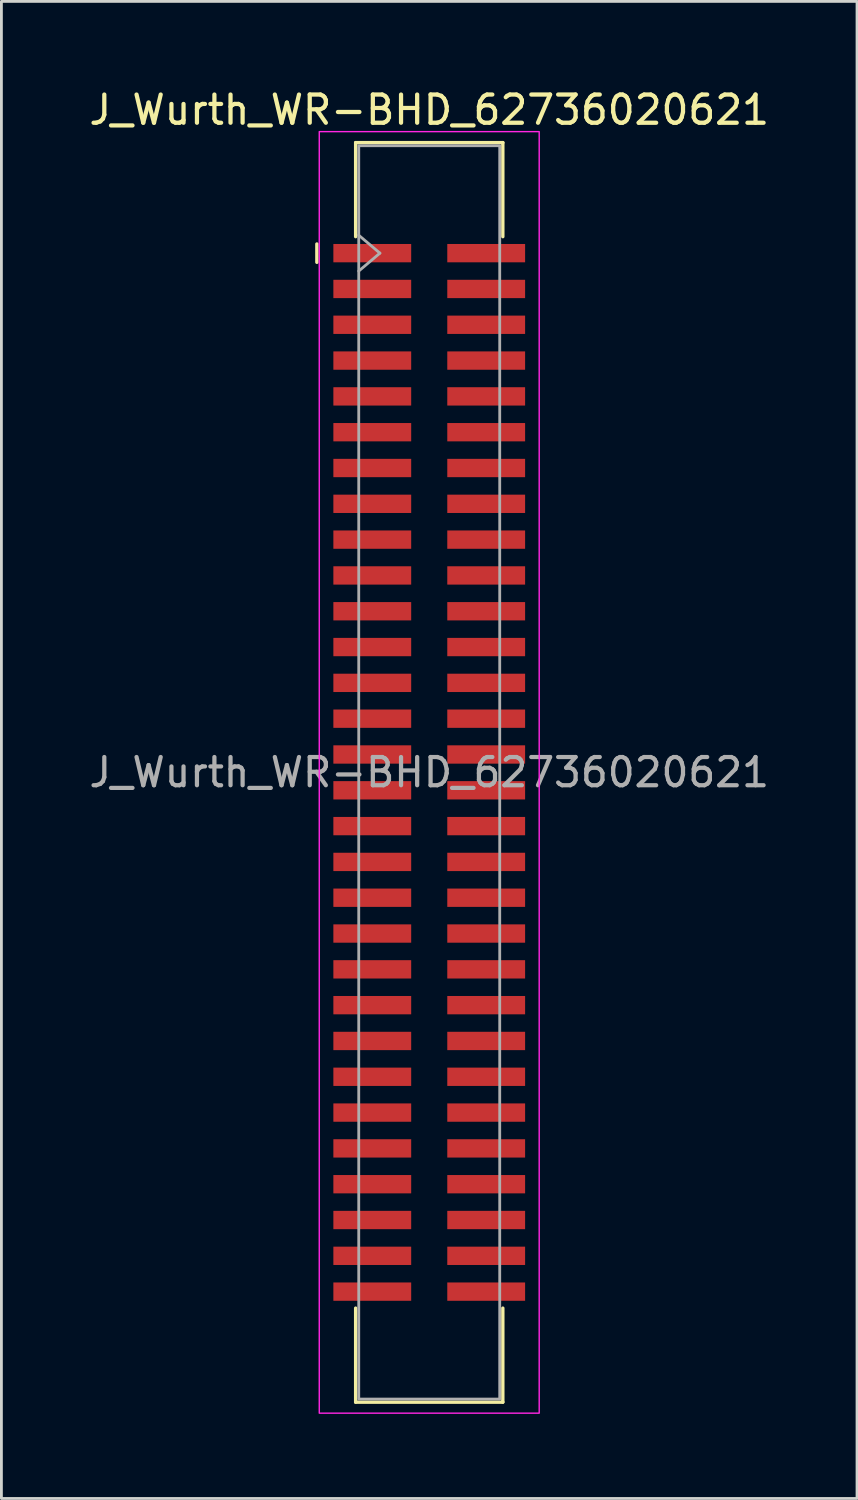
<source format=kicad_pcb>
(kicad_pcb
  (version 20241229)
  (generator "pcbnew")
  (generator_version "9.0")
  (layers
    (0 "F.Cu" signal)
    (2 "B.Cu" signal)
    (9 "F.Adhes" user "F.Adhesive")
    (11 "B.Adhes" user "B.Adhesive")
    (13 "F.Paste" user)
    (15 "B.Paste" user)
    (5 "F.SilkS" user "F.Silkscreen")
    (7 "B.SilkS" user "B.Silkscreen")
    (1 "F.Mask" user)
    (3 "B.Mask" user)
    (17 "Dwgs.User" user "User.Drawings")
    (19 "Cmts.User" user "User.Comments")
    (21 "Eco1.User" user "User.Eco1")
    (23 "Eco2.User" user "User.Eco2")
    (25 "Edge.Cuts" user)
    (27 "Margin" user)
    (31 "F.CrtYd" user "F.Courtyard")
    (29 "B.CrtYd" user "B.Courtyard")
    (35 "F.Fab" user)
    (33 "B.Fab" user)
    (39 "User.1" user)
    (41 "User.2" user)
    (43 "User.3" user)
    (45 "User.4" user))
  (footprint "J_Wurth_WR-BHD_62736020621"
    (layer "F.Cu")
    (at 12.173 24.343)
    (property "Reference" "J_Wurth_WR-BHD_62736020621" (at 0 -23.495 0) (unlocked yes) (layer "F.SilkS") (effects (font (size 1 1) (thickness 0.15))))
    (attr smd)
    (fp_line (start -3.985 -18.74) (end -3.985 -18.09) (stroke (width 0.12) (type solid)) (layer "F.SilkS"))
    (fp_line (start -2.61 -22.335) (end 2.61 -22.335) (stroke (width 0.12) (type default)) (layer "F.SilkS"))
    (fp_line (start -2.61 -19) (end -2.61 -22.335) (stroke (width 0.12) (type solid)) (layer "F.SilkS"))
    (fp_line (start -2.61 22.335) (end -2.61 19) (stroke (width 0.12) (type solid)) (layer "F.SilkS"))
    (fp_line (start 2.61 -19) (end 2.61 -22.335) (stroke (width 0.12) (type solid)) (layer "F.SilkS"))
    (fp_line (start 2.61 19) (end 2.61 22.335) (stroke (width 0.12) (type solid)) (layer "F.SilkS"))
    (fp_line (start 2.61 22.335) (end -2.61 22.335) (stroke (width 0.12) (type default)) (layer "F.SilkS"))
    (fp_rect (start -3.9 -22.725) (end 3.9 22.725) (stroke (width 0.05) (type solid)) (fill no) (layer "F.CrtYd"))
    (fp_line (start -1.75 -18.415) (end -2.5 -19.05) (stroke (width 0.1) (type solid)) (layer "F.Fab"))
    (fp_line (start -1.75 -18.415) (end -2.5 -17.78) (stroke (width 0.1) (type solid)) (layer "F.Fab"))
    (fp_rect (start -2.5 -22.225) (end 2.5 22.225) (stroke (width 0.1) (type solid)) (fill no) (layer "F.Fab"))
    (fp_text user "${REFERENCE}" (at 0 0 0) (unlocked yes) (layer "F.Fab") (effects (font (size 1 1) (thickness 0.15))))
    (pad "1" smd rect (at -2.02 -18.415 270) (size 0.65 2.76) (layers "F.Cu" "F.Mask" "F.Paste"))
    (pad "2" smd rect (at 2.02 -18.415 270) (size 0.65 2.76) (layers "F.Cu" "F.Mask" "F.Paste"))
    (pad "3" smd rect (at -2.02 -17.145 270) (size 0.65 2.76) (layers "F.Cu" "F.Mask" "F.Paste"))
    (pad "4" smd rect (at 2.02 -17.145 270) (size 0.65 2.76) (layers "F.Cu" "F.Mask" "F.Paste"))
    (pad "5" smd rect (at -2.02 -15.875 270) (size 0.65 2.76) (layers "F.Cu" "F.Mask" "F.Paste"))
    (pad "6" smd rect (at 2.02 -15.875 270) (size 0.65 2.76) (layers "F.Cu" "F.Mask" "F.Paste"))
    (pad "7" smd rect (at -2.02 -14.605 270) (size 0.65 2.76) (layers "F.Cu" "F.Mask" "F.Paste"))
    (pad "8" smd rect (at 2.02 -14.605 270) (size 0.65 2.76) (layers "F.Cu" "F.Mask" "F.Paste"))
    (pad "9" smd rect (at -2.02 -13.335 270) (size 0.65 2.76) (layers "F.Cu" "F.Mask" "F.Paste"))
    (pad "10" smd rect (at 2.02 -13.335 270) (size 0.65 2.76) (layers "F.Cu" "F.Mask" "F.Paste"))
    (pad "11" smd rect (at -2.02 -12.065 270) (size 0.65 2.76) (layers "F.Cu" "F.Mask" "F.Paste"))
    (pad "12" smd rect (at 2.02 -12.065 270) (size 0.65 2.76) (layers "F.Cu" "F.Mask" "F.Paste"))
    (pad "13" smd rect (at -2.02 -10.795 270) (size 0.65 2.76) (layers "F.Cu" "F.Mask" "F.Paste"))
    (pad "14" smd rect (at 2.02 -10.795 270) (size 0.65 2.76) (layers "F.Cu" "F.Mask" "F.Paste"))
    (pad "15" smd rect (at -2.02 -9.525 270) (size 0.65 2.76) (layers "F.Cu" "F.Mask" "F.Paste"))
    (pad "16" smd rect (at 2.02 -9.525 270) (size 0.65 2.76) (layers "F.Cu" "F.Mask" "F.Paste"))
    (pad "17" smd rect (at -2.02 -8.255 270) (size 0.65 2.76) (layers "F.Cu" "F.Mask" "F.Paste"))
    (pad "18" smd rect (at 2.02 -8.255 270) (size 0.65 2.76) (layers "F.Cu" "F.Mask" "F.Paste"))
    (pad "19" smd rect (at -2.02 -6.985 270) (size 0.65 2.76) (layers "F.Cu" "F.Mask" "F.Paste"))
    (pad "20" smd rect (at 2.02 -6.985 270) (size 0.65 2.76) (layers "F.Cu" "F.Mask" "F.Paste"))
    (pad "21" smd rect (at -2.02 -5.715 270) (size 0.65 2.76) (layers "F.Cu" "F.Mask" "F.Paste"))
    (pad "22" smd rect (at 2.02 -5.715 270) (size 0.65 2.76) (layers "F.Cu" "F.Mask" "F.Paste"))
    (pad "23" smd rect (at -2.02 -4.445 270) (size 0.65 2.76) (layers "F.Cu" "F.Mask" "F.Paste"))
    (pad "24" smd rect (at 2.02 -4.445 270) (size 0.65 2.76) (layers "F.Cu" "F.Mask" "F.Paste"))
    (pad "25" smd rect (at -2.02 -3.175 270) (size 0.65 2.76) (layers "F.Cu" "F.Mask" "F.Paste"))
    (pad "26" smd rect (at 2.02 -3.175 270) (size 0.65 2.76) (layers "F.Cu" "F.Mask" "F.Paste"))
    (pad "27" smd rect (at -2.02 -1.905 270) (size 0.65 2.76) (layers "F.Cu" "F.Mask" "F.Paste"))
    (pad "28" smd rect (at 2.02 -1.905 270) (size 0.65 2.76) (layers "F.Cu" "F.Mask" "F.Paste"))
    (pad "29" smd rect (at -2.02 -0.635 270) (size 0.65 2.76) (layers "F.Cu" "F.Mask" "F.Paste"))
    (pad "30" smd rect (at 2.02 -0.635 270) (size 0.65 2.76) (layers "F.Cu" "F.Mask" "F.Paste"))
    (pad "31" smd rect (at -2.02 0.635 270) (size 0.65 2.76) (layers "F.Cu" "F.Mask" "F.Paste"))
    (pad "32" smd rect (at 2.02 0.635 270) (size 0.65 2.76) (layers "F.Cu" "F.Mask" "F.Paste"))
    (pad "33" smd rect (at -2.02 1.905 270) (size 0.65 2.76) (layers "F.Cu" "F.Mask" "F.Paste"))
    (pad "34" smd rect (at 2.02 1.905 270) (size 0.65 2.76) (layers "F.Cu" "F.Mask" "F.Paste"))
    (pad "35" smd rect (at -2.02 3.175 270) (size 0.65 2.76) (layers "F.Cu" "F.Mask" "F.Paste"))
    (pad "36" smd rect (at 2.02 3.175 270) (size 0.65 2.76) (layers "F.Cu" "F.Mask" "F.Paste"))
    (pad "37" smd rect (at -2.02 4.445 270) (size 0.65 2.76) (layers "F.Cu" "F.Mask" "F.Paste"))
    (pad "38" smd rect (at 2.02 4.445 270) (size 0.65 2.76) (layers "F.Cu" "F.Mask" "F.Paste"))
    (pad "39" smd rect (at -2.02 5.715 270) (size 0.65 2.76) (layers "F.Cu" "F.Mask" "F.Paste"))
    (pad "40" smd rect (at 2.02 5.715 270) (size 0.65 2.76) (layers "F.Cu" "F.Mask" "F.Paste"))
    (pad "41" smd rect (at -2.02 6.985 270) (size 0.65 2.76) (layers "F.Cu" "F.Mask" "F.Paste"))
    (pad "42" smd rect (at 2.02 6.985 270) (size 0.65 2.76) (layers "F.Cu" "F.Mask" "F.Paste"))
    (pad "43" smd rect (at -2.02 8.255 270) (size 0.65 2.76) (layers "F.Cu" "F.Mask" "F.Paste"))
    (pad "44" smd rect (at 2.02 8.255 270) (size 0.65 2.76) (layers "F.Cu" "F.Mask" "F.Paste"))
    (pad "45" smd rect (at -2.02 9.525 270) (size 0.65 2.76) (layers "F.Cu" "F.Mask" "F.Paste"))
    (pad "46" smd rect (at 2.02 9.525 270) (size 0.65 2.76) (layers "F.Cu" "F.Mask" "F.Paste"))
    (pad "47" smd rect (at -2.02 10.795 270) (size 0.65 2.76) (layers "F.Cu" "F.Mask" "F.Paste"))
    (pad "48" smd rect (at 2.02 10.795 270) (size 0.65 2.76) (layers "F.Cu" "F.Mask" "F.Paste"))
    (pad "49" smd rect (at -2.02 12.065 270) (size 0.65 2.76) (layers "F.Cu" "F.Mask" "F.Paste"))
    (pad "50" smd rect (at 2.02 12.065 270) (size 0.65 2.76) (layers "F.Cu" "F.Mask" "F.Paste"))
    (pad "51" smd rect (at -2.02 13.335 270) (size 0.65 2.76) (layers "F.Cu" "F.Mask" "F.Paste"))
    (pad "52" smd rect (at 2.02 13.335 270) (size 0.65 2.76) (layers "F.Cu" "F.Mask" "F.Paste"))
    (pad "53" smd rect (at -2.02 14.605 270) (size 0.65 2.76) (layers "F.Cu" "F.Mask" "F.Paste"))
    (pad "54" smd rect (at 2.02 14.605 270) (size 0.65 2.76) (layers "F.Cu" "F.Mask" "F.Paste"))
    (pad "55" smd rect (at -2.02 15.875 270) (size 0.65 2.76) (layers "F.Cu" "F.Mask" "F.Paste"))
    (pad "56" smd rect (at 2.02 15.875 270) (size 0.65 2.76) (layers "F.Cu" "F.Mask" "F.Paste"))
    (pad "57" smd rect (at -2.02 17.145 270) (size 0.65 2.76) (layers "F.Cu" "F.Mask" "F.Paste"))
    (pad "58" smd rect (at 2.02 17.145 270) (size 0.65 2.76) (layers "F.Cu" "F.Mask" "F.Paste"))
    (pad "59" smd rect (at -2.02 18.415 270) (size 0.65 2.76) (layers "F.Cu" "F.Mask" "F.Paste"))
    (pad "60" smd rect (at 2.02 18.415 270) (size 0.65 2.76) (layers "F.Cu" "F.Mask" "F.Paste")))
  (gr_rect
    (start -3 -3)
    (end 27.345 50.093)
    (stroke (width 0.1) (type default))
    (fill no)
    (layer "Edge.Cuts")))
</source>
